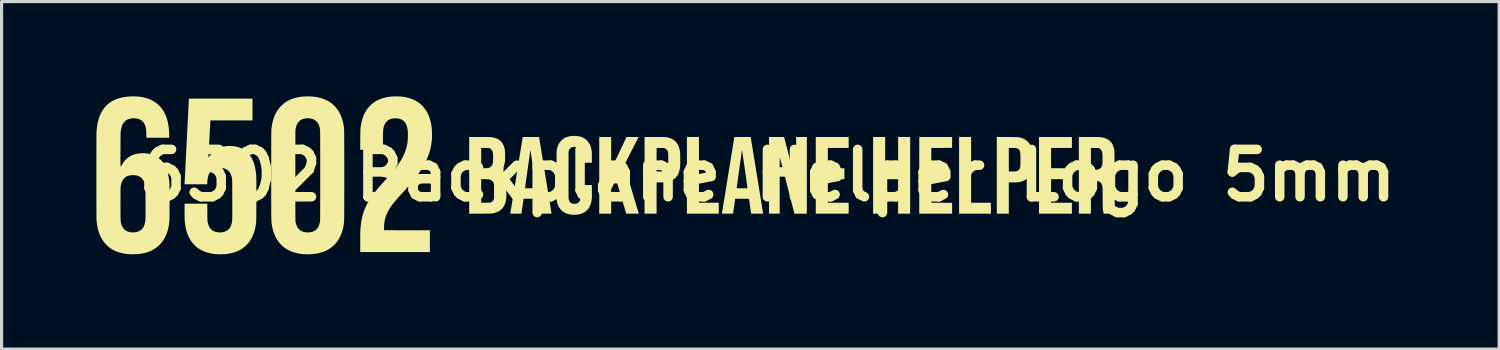
<source format=kicad_pcb>
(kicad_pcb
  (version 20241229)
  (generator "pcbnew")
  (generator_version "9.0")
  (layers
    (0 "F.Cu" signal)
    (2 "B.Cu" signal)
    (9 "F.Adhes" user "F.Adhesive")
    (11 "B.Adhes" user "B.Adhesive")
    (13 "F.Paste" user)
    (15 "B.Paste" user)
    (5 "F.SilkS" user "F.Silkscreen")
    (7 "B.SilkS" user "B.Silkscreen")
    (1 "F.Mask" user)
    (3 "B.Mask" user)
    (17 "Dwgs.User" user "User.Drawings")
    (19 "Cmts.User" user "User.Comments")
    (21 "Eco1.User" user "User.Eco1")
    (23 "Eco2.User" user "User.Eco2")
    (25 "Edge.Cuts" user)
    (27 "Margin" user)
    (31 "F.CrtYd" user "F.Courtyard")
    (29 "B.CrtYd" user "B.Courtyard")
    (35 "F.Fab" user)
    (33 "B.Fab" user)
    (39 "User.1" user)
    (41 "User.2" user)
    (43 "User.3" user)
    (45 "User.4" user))
  (footprint "6502 Backplane Helper Logo 5mm"
    (layer "F.Cu")
    (at 21.237 2.499)
    (property "Reference" "6502 Backplane Helper Logo 5mm" (at 0 0 0) (layer "F.SilkS") (effects (font (size 1.5 1.5) (thickness 0.3))))
    (attr board_only exclude_from_pos_files exclude_from_bom)
    (fp_poly (pts (xy -2.166 -0.173) (xy -2.166 0.867) (xy -1.853 0.867) (xy -1.54 0.867) (xy -1.54 1.041) (xy -1.54 1.214) (xy -2.043 1.214) (xy -2.547 1.214) (xy -2.547 0) (xy -2.547 -1.214) (xy -2.356 -1.214) (xy -2.166 -1.214)) (stroke (width 0) (type solid)) (fill yes) (layer "F.SilkS"))
    (fp_poly (pts (xy 6.447 -0.173) (xy 6.447 0.867) (xy 6.76 0.867) (xy 7.073 0.867) (xy 7.073 1.041) (xy 7.073 1.214) (xy 6.57 1.214) (xy 6.067 1.214) (xy 6.067 0) (xy 6.067 -1.214) (xy 6.257 -1.214) (xy 6.447 -1.214)) (stroke (width 0) (type solid)) (fill yes) (layer "F.SilkS"))
    (fp_poly (pts (xy 2.572 -1.041) (xy 2.572 -0.867) (xy 2.242 -0.867) (xy 1.912 -0.867) (xy 1.913 -0.547) (xy 1.914 -0.226) (xy 2.176 -0.225) (xy 2.437 -0.224) (xy 2.437 -0.051) (xy 2.437 0.123) (xy 2.174 0.123) (xy 1.912 0.123) (xy 1.912 0.495) (xy 1.912 0.867) (xy 2.242 0.867) (xy 2.572 0.867) (xy 2.572 1.041) (xy 2.572 1.214) (xy 2.052 1.214) (xy 1.531 1.214) (xy 1.531 0) (xy 1.531 -1.214) (xy 2.052 -1.214) (xy 2.572 -1.214)) (stroke (width 0) (type solid)) (fill yes) (layer "F.SilkS"))
    (fp_poly (pts (xy 3.727 -0.719) (xy 3.727 -0.224) (xy 3.932 -0.224) (xy 4.137 -0.224) (xy 4.137 -0.719) (xy 4.137 -1.214) (xy 4.328 -1.214) (xy 4.518 -1.214) (xy 4.518 0) (xy 4.518 1.214) (xy 4.328 1.214) (xy 4.137 1.214) (xy 4.137 0.668) (xy 4.137 0.123) (xy 3.932 0.123) (xy 3.727 0.123) (xy 3.727 0.668) (xy 3.727 1.214) (xy 3.537 1.214) (xy 3.346 1.214) (xy 3.346 0) (xy 3.346 -1.214) (xy 3.537 -1.214) (xy 3.727 -1.214)) (stroke (width 0) (type solid)) (fill yes) (layer "F.SilkS"))
    (fp_poly (pts (xy 5.846 -1.042) (xy 5.844 -0.869) (xy 5.516 -0.868) (xy 5.187 -0.867) (xy 5.187 -0.546) (xy 5.187 -0.224) (xy 5.449 -0.224) (xy 5.711 -0.224) (xy 5.71 -0.052) (xy 5.709 0.121) (xy 5.448 0.122) (xy 5.187 0.123) (xy 5.187 0.495) (xy 5.187 0.867) (xy 5.516 0.868) (xy 5.844 0.869) (xy 5.846 1.042) (xy 5.847 1.214) (xy 5.326 1.214) (xy 4.806 1.214) (xy 4.806 0) (xy 4.806 -1.214) (xy 5.326 -1.214) (xy 5.847 -1.214)) (stroke (width 0) (type solid)) (fill yes) (layer "F.SilkS"))
    (fp_poly (pts (xy 9.637 -1.041) (xy 9.637 -0.867) (xy 9.307 -0.867) (xy 8.977 -0.867) (xy 8.978 -0.547) (xy 8.979 -0.226) (xy 9.24 -0.225) (xy 9.502 -0.224) (xy 9.502 -0.051) (xy 9.502 0.123) (xy 9.239 0.123) (xy 8.977 0.123) (xy 8.977 0.495) (xy 8.977 0.867) (xy 9.307 0.867) (xy 9.637 0.867) (xy 9.637 1.041) (xy 9.637 1.214) (xy 9.117 1.214) (xy 8.596 1.214) (xy 8.596 0) (xy 8.596 -1.214) (xy 9.117 -1.214) (xy 9.637 -1.214)) (stroke (width 0) (type solid)) (fill yes) (layer "F.SilkS"))
    (fp_poly (pts (xy 0.535 -1.192) (xy 0.536 -1.185) (xy 0.54 -1.171) (xy 0.545 -1.15) (xy 0.553 -1.121) (xy 0.562 -1.086) (xy 0.572 -1.046) (xy 0.584 -0.999) (xy 0.597 -0.948) (xy 0.612 -0.892) (xy 0.627 -0.831) (xy 0.643 -0.767) (xy 0.66 -0.7) (xy 0.678 -0.63) (xy 0.697 -0.557) (xy 0.715 -0.487) (xy 0.738 -0.396) (xy 0.759 -0.313) (xy 0.778 -0.238) (xy 0.796 -0.169) (xy 0.811 -0.108) (xy 0.825 -0.053) (xy 0.838 -0.004) (xy 0.849 0.039) (xy 0.859 0.077) (xy 0.867 0.11) (xy 0.874 0.138) (xy 0.88 0.162) (xy 0.886 0.182) (xy 0.89 0.198) (xy 0.894 0.211) (xy 0.896 0.221) (xy 0.899 0.229) (xy 0.9 0.234) (xy 0.902 0.238) (xy 0.903 0.24) (xy 0.904 0.241) (xy 0.904 0.241) (xy 0.905 0.241) (xy 0.905 0.241) (xy 0.905 0.241) (xy 0.906 0.237) (xy 0.907 0.224) (xy 0.907 0.204) (xy 0.907 0.175) (xy 0.908 0.138) (xy 0.908 0.093) (xy 0.909 0.041) (xy 0.909 -0.019) (xy 0.909 -0.087) (xy 0.909 -0.162) (xy 0.909 -0.244) (xy 0.91 -0.333) (xy 0.91 -0.43) (xy 0.91 -0.487) (xy 0.91 -1.214) (xy 1.079 -1.214) (xy 1.248 -1.214) (xy 1.248 0) (xy 1.248 1.214) (xy 1.052 1.214) (xy 0.856 1.214) (xy 0.754 0.818) (xy 0.738 0.757) (xy 0.72 0.689) (xy 0.701 0.615) (xy 0.681 0.537) (xy 0.66 0.456) (xy 0.639 0.372) (xy 0.617 0.288) (xy 0.595 0.204) (xy 0.574 0.122) (xy 0.554 0.043) (xy 0.534 -0.033) (xy 0.525 -0.067) (xy 0.509 -0.13) (xy 0.493 -0.19) (xy 0.478 -0.248) (xy 0.464 -0.302) (xy 0.451 -0.352) (xy 0.439 -0.398) (xy 0.428 -0.439) (xy 0.418 -0.475) (xy 0.41 -0.505) (xy 0.403 -0.529) (xy 0.398 -0.546) (xy 0.395 -0.555) (xy 0.394 -0.557) (xy 0.394 -0.556) (xy 0.393 -0.55) (xy 0.393 -0.54) (xy 0.392 -0.525) (xy 0.392 -0.506) (xy 0.391 -0.481) (xy 0.391 -0.451) (xy 0.391 -0.416) (xy 0.39 -0.374) (xy 0.39 -0.327) (xy 0.39 -0.273) (xy 0.39 -0.213) (xy 0.39 -0.145) (xy 0.389 -0.071) (xy 0.389 0.011) (xy 0.389 0.1) (xy 0.389 0.198) (xy 0.389 0.303) (xy 0.389 0.328) (xy 0.389 1.214) (xy 0.22 1.214) (xy 0.051 1.214) (xy 0.051 0) (xy 0.051 -1.214) (xy 0.289 -1.214) (xy 0.528 -1.214)) (stroke (width 0) (type solid)) (fill yes) (layer "F.SilkS"))
    (fp_poly (pts (xy -3.513 -1.214) (xy -3.457 -1.214) (xy -3.408 -1.214) (xy -3.365 -1.213) (xy -3.328 -1.213) (xy -3.296 -1.212) (xy -3.269 -1.211) (xy -3.245 -1.21) (xy -3.224 -1.208) (xy -3.206 -1.206) (xy -3.189 -1.204) (xy -3.173 -1.201) (xy -3.158 -1.198) (xy -3.142 -1.194) (xy -3.13 -1.191) (xy -3.069 -1.173) (xy -3.015 -1.149) (xy -2.967 -1.12) (xy -2.923 -1.084) (xy -2.898 -1.059) (xy -2.863 -1.016) (xy -2.834 -0.97) (xy -2.81 -0.919) (xy -2.79 -0.863) (xy -2.775 -0.8) (xy -2.764 -0.731) (xy -2.763 -0.717) (xy -2.761 -0.702) (xy -2.761 -0.68) (xy -2.76 -0.652) (xy -2.759 -0.619) (xy -2.759 -0.583) (xy -2.759 -0.543) (xy -2.758 -0.503) (xy -2.759 -0.462) (xy -2.759 -0.422) (xy -2.759 -0.384) (xy -2.76 -0.349) (xy -2.76 -0.319) (xy -2.761 -0.294) (xy -2.762 -0.276) (xy -2.763 -0.272) (xy -2.773 -0.2) (xy -2.788 -0.135) (xy -2.807 -0.077) (xy -2.832 -0.024) (xy -2.862 0.024) (xy -2.897 0.068) (xy -2.899 0.07) (xy -2.935 0.104) (xy -2.972 0.133) (xy -3.014 0.158) (xy -3.024 0.163) (xy -3.057 0.178) (xy -3.09 0.191) (xy -3.123 0.201) (xy -3.159 0.209) (xy -3.198 0.215) (xy -3.242 0.22) (xy -3.291 0.223) (xy -3.346 0.224) (xy -3.387 0.224) (xy -3.507 0.224) (xy -3.507 0.719) (xy -3.507 1.214) (xy -3.697 1.214) (xy -3.888 1.214) (xy -3.888 0) (xy -3.888 -0.495) (xy -3.507 -0.495) (xy -3.507 -0.123) (xy -3.396 -0.123) (xy -3.356 -0.123) (xy -3.324 -0.123) (xy -3.299 -0.124) (xy -3.281 -0.126) (xy -3.268 -0.128) (xy -3.264 -0.128) (xy -3.23 -0.141) (xy -3.202 -0.158) (xy -3.179 -0.182) (xy -3.162 -0.211) (xy -3.15 -0.247) (xy -3.146 -0.266) (xy -3.144 -0.28) (xy -3.142 -0.302) (xy -3.141 -0.33) (xy -3.14 -0.363) (xy -3.139 -0.4) (xy -3.139 -0.439) (xy -3.138 -0.48) (xy -3.138 -0.521) (xy -3.139 -0.562) (xy -3.139 -0.601) (xy -3.14 -0.636) (xy -3.141 -0.668) (xy -3.143 -0.694) (xy -3.144 -0.714) (xy -3.146 -0.723) (xy -3.155 -0.761) (xy -3.169 -0.793) (xy -3.187 -0.818) (xy -3.21 -0.837) (xy -3.239 -0.852) (xy -3.258 -0.859) (xy -3.267 -0.861) (xy -3.277 -0.863) (xy -3.288 -0.865) (xy -3.303 -0.866) (xy -3.321 -0.867) (xy -3.344 -0.867) (xy -3.374 -0.867) (xy -3.397 -0.867) (xy -3.507 -0.867) (xy -3.507 -0.495) (xy -3.888 -0.495) (xy -3.888 -1.214) (xy -3.577 -1.214)) (stroke (width 0) (type solid)) (fill yes) (layer "F.SilkS"))
    (fp_poly (pts (xy 7.593 -1.213) (xy 7.655 -1.213) (xy 7.709 -1.212) (xy 7.756 -1.212) (xy 7.797 -1.212) (xy 7.831 -1.211) (xy 7.86 -1.211) (xy 7.884 -1.21) (xy 7.904 -1.209) (xy 7.92 -1.209) (xy 7.933 -1.208) (xy 7.944 -1.207) (xy 7.953 -1.206) (xy 7.961 -1.204) (xy 7.962 -1.204) (xy 8.031 -1.187) (xy 8.093 -1.165) (xy 8.149 -1.137) (xy 8.199 -1.104) (xy 8.243 -1.065) (xy 8.28 -1.02) (xy 8.312 -0.97) (xy 8.339 -0.913) (xy 8.36 -0.849) (xy 8.375 -0.779) (xy 8.376 -0.774) (xy 8.38 -0.751) (xy 8.382 -0.726) (xy 8.385 -0.698) (xy 8.386 -0.667) (xy 8.388 -0.63) (xy 8.389 -0.588) (xy 8.389 -0.539) (xy 8.389 -0.495) (xy 8.389 -0.44) (xy 8.388 -0.393) (xy 8.387 -0.352) (xy 8.386 -0.316) (xy 8.384 -0.285) (xy 8.382 -0.257) (xy 8.378 -0.232) (xy 8.375 -0.208) (xy 8.374 -0.203) (xy 8.358 -0.134) (xy 8.336 -0.07) (xy 8.308 -0.013) (xy 8.274 0.038) (xy 8.235 0.083) (xy 8.19 0.122) (xy 8.139 0.154) (xy 8.083 0.181) (xy 8.021 0.201) (xy 8.01 0.203) (xy 7.982 0.209) (xy 7.956 0.214) (xy 7.928 0.218) (xy 7.897 0.221) (xy 7.863 0.223) (xy 7.824 0.224) (xy 7.778 0.224) (xy 7.762 0.224) (xy 7.64 0.224) (xy 7.64 0.719) (xy 7.64 1.214) (xy 7.45 1.214) (xy 7.26 1.214) (xy 7.26 -0.000213) (xy 7.26 -0.495) (xy 7.64 -0.495) (xy 7.64 -0.123) (xy 7.749 -0.123) (xy 7.785 -0.123) (xy 7.814 -0.123) (xy 7.837 -0.124) (xy 7.855 -0.125) (xy 7.869 -0.127) (xy 7.88 -0.129) (xy 7.883 -0.129) (xy 7.905 -0.136) (xy 7.923 -0.144) (xy 7.939 -0.155) (xy 7.953 -0.168) (xy 7.972 -0.189) (xy 7.986 -0.214) (xy 7.996 -0.246) (xy 8.002 -0.278) (xy 8.004 -0.295) (xy 8.005 -0.32) (xy 8.007 -0.35) (xy 8.008 -0.385) (xy 8.008 -0.424) (xy 8.009 -0.465) (xy 8.009 -0.506) (xy 8.009 -0.548) (xy 8.008 -0.587) (xy 8.007 -0.624) (xy 8.006 -0.657) (xy 8.005 -0.685) (xy 8.003 -0.705) (xy 8.002 -0.712) (xy 7.994 -0.752) (xy 7.981 -0.785) (xy 7.964 -0.811) (xy 7.943 -0.832) (xy 7.922 -0.845) (xy 7.908 -0.851) (xy 7.896 -0.856) (xy 7.883 -0.86) (xy 7.868 -0.863) (xy 7.85 -0.865) (xy 7.828 -0.866) (xy 7.8 -0.867) (xy 7.766 -0.867) (xy 7.749 -0.867) (xy 7.64 -0.867) (xy 7.64 -0.495) (xy 7.26 -0.495) (xy 7.26 -1.215)) (stroke (width 0) (type solid)) (fill yes) (layer "F.SilkS"))
    (fp_poly (pts (xy -4.945 -0.704) (xy -4.945 -0.639) (xy -4.945 -0.577) (xy -4.945 -0.517) (xy -4.945 -0.461) (xy -4.945 -0.409) (xy -4.945 -0.361) (xy -4.944 -0.319) (xy -4.944 -0.282) (xy -4.944 -0.251) (xy -4.943 -0.226) (xy -4.943 -0.208) (xy -4.942 -0.198) (xy -4.942 -0.196) (xy -4.94 -0.2) (xy -4.934 -0.211) (xy -4.926 -0.229) (xy -4.914 -0.254) (xy -4.899 -0.284) (xy -4.882 -0.319) (xy -4.863 -0.36) (xy -4.841 -0.405) (xy -4.818 -0.454) (xy -4.793 -0.507) (xy -4.766 -0.563) (xy -4.738 -0.621) (xy -4.709 -0.682) (xy -4.698 -0.706) (xy -4.457 -1.214) (xy -4.268 -1.214) (xy -4.229 -1.214) (xy -4.192 -1.214) (xy -4.159 -1.214) (xy -4.131 -1.214) (xy -4.108 -1.213) (xy -4.091 -1.213) (xy -4.081 -1.213) (xy -4.078 -1.212) (xy -4.08 -1.209) (xy -4.086 -1.198) (xy -4.094 -1.18) (xy -4.106 -1.156) (xy -4.121 -1.127) (xy -4.139 -1.092) (xy -4.159 -1.053) (xy -4.181 -1.009) (xy -4.205 -0.962) (xy -4.231 -0.911) (xy -4.258 -0.858) (xy -4.287 -0.802) (xy -4.304 -0.767) (xy -4.531 -0.323) (xy -4.302 0.438) (xy -4.279 0.516) (xy -4.256 0.592) (xy -4.234 0.665) (xy -4.213 0.736) (xy -4.193 0.803) (xy -4.174 0.866) (xy -4.156 0.926) (xy -4.14 0.98) (xy -4.125 1.03) (xy -4.111 1.075) (xy -4.1 1.113) (xy -4.09 1.146) (xy -4.082 1.172) (xy -4.076 1.191) (xy -4.073 1.203) (xy -4.072 1.207) (xy -4.071 1.208) (xy -4.073 1.21) (xy -4.076 1.211) (xy -4.082 1.212) (xy -4.091 1.213) (xy -4.105 1.213) (xy -4.123 1.214) (xy -4.147 1.214) (xy -4.177 1.214) (xy -4.215 1.214) (xy -4.259 1.214) (xy -4.268 1.214) (xy -4.316 1.214) (xy -4.357 1.214) (xy -4.39 1.214) (xy -4.416 1.213) (xy -4.436 1.213) (xy -4.451 1.212) (xy -4.461 1.211) (xy -4.467 1.21) (xy -4.468 1.209) (xy -4.47 1.204) (xy -4.474 1.192) (xy -4.479 1.173) (xy -4.487 1.146) (xy -4.497 1.114) (xy -4.508 1.076) (xy -4.521 1.033) (xy -4.535 0.985) (xy -4.551 0.933) (xy -4.568 0.877) (xy -4.585 0.818) (xy -4.604 0.755) (xy -4.623 0.691) (xy -4.628 0.673) (xy -4.648 0.608) (xy -4.666 0.545) (xy -4.684 0.485) (xy -4.701 0.428) (xy -4.717 0.375) (xy -4.732 0.326) (xy -4.745 0.281) (xy -4.757 0.242) (xy -4.767 0.208) (xy -4.776 0.181) (xy -4.782 0.159) (xy -4.787 0.145) (xy -4.789 0.139) (xy -4.789 0.138) (xy -4.792 0.141) (xy -4.797 0.151) (xy -4.806 0.167) (xy -4.817 0.188) (xy -4.83 0.213) (xy -4.845 0.243) (xy -4.861 0.275) (xy -4.869 0.29) (xy -4.945 0.445) (xy -4.945 0.83) (xy -4.945 1.214) (xy -5.134 1.214) (xy -5.322 1.214) (xy -5.322 0) (xy -5.322 -1.214) (xy -5.134 -1.214) (xy -4.945 -1.214)) (stroke (width 0) (type solid)) (fill yes) (layer "F.SilkS"))
    (fp_poly (pts (xy 10.229 -1.214) (xy 10.285 -1.214) (xy 10.336 -1.214) (xy 10.383 -1.213) (xy 10.424 -1.213) (xy 10.459 -1.212) (xy 10.488 -1.211) (xy 10.509 -1.211) (xy 10.523 -1.21) (xy 10.525 -1.21) (xy 10.596 -1.2) (xy 10.661 -1.185) (xy 10.718 -1.165) (xy 10.77 -1.14) (xy 10.816 -1.109) (xy 10.855 -1.074) (xy 10.89 -1.032) (xy 10.919 -0.985) (xy 10.943 -0.931) (xy 10.953 -0.905) (xy 10.96 -0.882) (xy 10.966 -0.861) (xy 10.971 -0.84) (xy 10.975 -0.818) (xy 10.978 -0.794) (xy 10.981 -0.766) (xy 10.982 -0.735) (xy 10.984 -0.698) (xy 10.985 -0.655) (xy 10.985 -0.617) (xy 10.986 -0.563) (xy 10.986 -0.517) (xy 10.985 -0.477) (xy 10.984 -0.443) (xy 10.983 -0.413) (xy 10.98 -0.387) (xy 10.977 -0.363) (xy 10.973 -0.34) (xy 10.97 -0.326) (xy 10.954 -0.269) (xy 10.935 -0.218) (xy 10.911 -0.173) (xy 10.881 -0.132) (xy 10.866 -0.115) (xy 10.848 -0.098) (xy 10.826 -0.079) (xy 10.801 -0.062) (xy 10.778 -0.047) (xy 10.757 -0.037) (xy 10.755 -0.036) (xy 10.744 -0.031) (xy 10.739 -0.026) (xy 10.738 -0.025) (xy 10.742 -0.021) (xy 10.753 -0.016) (xy 10.767 -0.01) (xy 10.77 -0.008) (xy 10.812 0.012) (xy 10.848 0.037) (xy 10.88 0.066) (xy 10.907 0.102) (xy 10.93 0.144) (xy 10.95 0.193) (xy 10.963 0.238) (xy 10.968 0.254) (xy 10.971 0.269) (xy 10.974 0.284) (xy 10.977 0.299) (xy 10.979 0.315) (xy 10.981 0.332) (xy 10.983 0.353) (xy 10.985 0.376) (xy 10.986 0.402) (xy 10.987 0.433) (xy 10.988 0.469) (xy 10.989 0.51) (xy 10.989 0.557) (xy 10.99 0.611) (xy 10.99 0.672) (xy 10.991 0.719) (xy 10.991 0.786) (xy 10.992 0.844) (xy 10.993 0.895) (xy 10.993 0.94) (xy 10.994 0.979) (xy 10.995 1.012) (xy 10.996 1.04) (xy 10.997 1.064) (xy 10.999 1.085) (xy 11.001 1.102) (xy 11.003 1.118) (xy 11.005 1.131) (xy 11.008 1.143) (xy 11.011 1.155) (xy 11.015 1.167) (xy 11.02 1.179) (xy 11.02 1.179) (xy 11.032 1.214) (xy 10.839 1.214) (xy 10.645 1.214) (xy 10.636 1.183) (xy 10.632 1.168) (xy 10.628 1.152) (xy 10.624 1.136) (xy 10.622 1.119) (xy 10.619 1.101) (xy 10.617 1.08) (xy 10.615 1.056) (xy 10.614 1.029) (xy 10.613 0.998) (xy 10.612 0.961) (xy 10.611 0.92) (xy 10.611 0.872) (xy 10.61 0.818) (xy 10.61 0.756) (xy 10.61 0.702) (xy 10.61 0.653) (xy 10.61 0.605) (xy 10.61 0.56) (xy 10.609 0.519) (xy 10.609 0.481) (xy 10.608 0.448) (xy 10.608 0.421) (xy 10.607 0.401) (xy 10.606 0.388) (xy 10.606 0.385) (xy 10.598 0.336) (xy 10.586 0.295) (xy 10.569 0.26) (xy 10.548 0.232) (xy 10.522 0.21) (xy 10.49 0.193) (xy 10.453 0.182) (xy 10.442 0.18) (xy 10.423 0.177) (xy 10.396 0.175) (xy 10.364 0.174) (xy 10.327 0.174) (xy 10.324 0.174) (xy 10.238 0.173) (xy 10.238 0.694) (xy 10.238 1.214) (xy 10.047 1.214) (xy 9.857 1.214) (xy 9.857 0) (xy 9.857 -0.52) (xy 10.238 -0.52) (xy 10.238 -0.172) (xy 10.34 -0.174) (xy 10.374 -0.175) (xy 10.4 -0.176) (xy 10.421 -0.177) (xy 10.436 -0.178) (xy 10.449 -0.18) (xy 10.459 -0.182) (xy 10.469 -0.185) (xy 10.469 -0.185) (xy 10.506 -0.201) (xy 10.537 -0.221) (xy 10.562 -0.248) (xy 10.581 -0.281) (xy 10.596 -0.32) (xy 10.598 -0.332) (xy 10.6 -0.352) (xy 10.602 -0.378) (xy 10.603 -0.408) (xy 10.604 -0.443) (xy 10.605 -0.479) (xy 10.606 -0.517) (xy 10.606 -0.555) (xy 10.606 -0.592) (xy 10.605 -0.626) (xy 10.604 -0.657) (xy 10.602 -0.683) (xy 10.6 -0.703) (xy 10.599 -0.71) (xy 10.589 -0.752) (xy 10.572 -0.788) (xy 10.551 -0.817) (xy 10.525 -0.84) (xy 10.497 -0.855) (xy 10.489 -0.858) (xy 10.482 -0.86) (xy 10.473 -0.862) (xy 10.462 -0.863) (xy 10.448 -0.864) (xy 10.429 -0.865) (xy 10.405 -0.866) (xy 10.374 -0.866) (xy 10.355 -0.866) (xy 10.238 -0.868) (xy 10.238 -0.52) (xy 9.857 -0.52) (xy 9.857 -1.214) (xy 10.17 -1.214)) (stroke (width 0) (type solid)) (fill yes) (layer "F.SilkS"))
    (fp_poly (pts (xy -9.061 -1.214) (xy -9.005 -1.214) (xy -8.953 -1.214) (xy -8.906 -1.213) (xy -8.865 -1.213) (xy -8.829 -1.212) (xy -8.8 -1.212) (xy -8.778 -1.211) (xy -8.764 -1.21) (xy -8.762 -1.21) (xy -8.69 -1.199) (xy -8.625 -1.184) (xy -8.566 -1.164) (xy -8.514 -1.138) (xy -8.468 -1.107) (xy -8.427 -1.07) (xy -8.393 -1.027) (xy -8.364 -0.978) (xy -8.34 -0.923) (xy -8.322 -0.861) (xy -8.31 -0.808) (xy -8.308 -0.79) (xy -8.306 -0.765) (xy -8.304 -0.735) (xy -8.303 -0.701) (xy -8.302 -0.664) (xy -8.301 -0.625) (xy -8.301 -0.587) (xy -8.301 -0.551) (xy -8.301 -0.518) (xy -8.302 -0.489) (xy -8.304 -0.467) (xy -8.304 -0.465) (xy -8.313 -0.399) (xy -8.327 -0.34) (xy -8.346 -0.286) (xy -8.368 -0.239) (xy -8.394 -0.201) (xy -8.427 -0.164) (xy -8.464 -0.132) (xy -8.503 -0.105) (xy -8.526 -0.093) (xy -8.537 -0.087) (xy -8.543 -0.082) (xy -8.545 -0.079) (xy -8.54 -0.076) (xy -8.53 -0.071) (xy -8.516 -0.064) (xy -8.511 -0.062) (xy -8.463 -0.036) (xy -8.418 -0.004) (xy -8.379 0.035) (xy -8.345 0.079) (xy -8.318 0.127) (xy -8.308 0.15) (xy -8.298 0.177) (xy -8.29 0.203) (xy -8.283 0.229) (xy -8.277 0.256) (xy -8.272 0.285) (xy -8.268 0.317) (xy -8.266 0.353) (xy -8.264 0.393) (xy -8.263 0.44) (xy -8.262 0.493) (xy -8.262 0.534) (xy -8.262 0.588) (xy -8.263 0.635) (xy -8.264 0.675) (xy -8.265 0.709) (xy -8.267 0.739) (xy -8.27 0.765) (xy -8.273 0.789) (xy -8.277 0.812) (xy -8.283 0.834) (xy -8.289 0.856) (xy -8.294 0.874) (xy -8.318 0.934) (xy -8.347 0.989) (xy -8.382 1.038) (xy -8.424 1.081) (xy -8.471 1.118) (xy -8.525 1.149) (xy -8.585 1.175) (xy -8.651 1.194) (xy -8.687 1.202) (xy -8.696 1.204) (xy -8.704 1.205) (xy -8.713 1.207) (xy -8.723 1.208) (xy -8.735 1.209) (xy -8.749 1.209) (xy -8.766 1.21) (xy -8.787 1.211) (xy -8.811 1.211) (xy -8.841 1.211) (xy -8.876 1.212) (xy -8.916 1.212) (xy -8.964 1.212) (xy -9.018 1.213) (xy -9.08 1.213) (xy -9.086 1.213) (xy -9.438 1.215) (xy -9.438 0.495) (xy -9.058 0.495) (xy -9.058 0.868) (xy -8.919 0.866) (xy -8.88 0.866) (xy -8.848 0.865) (xy -8.822 0.865) (xy -8.802 0.864) (xy -8.787 0.863) (xy -8.775 0.861) (xy -8.766 0.86) (xy -8.759 0.858) (xy -8.759 0.858) (xy -8.726 0.842) (xy -8.698 0.821) (xy -8.676 0.794) (xy -8.661 0.761) (xy -8.66 0.759) (xy -8.656 0.746) (xy -8.652 0.732) (xy -8.65 0.718) (xy -8.647 0.703) (xy -8.646 0.685) (xy -8.644 0.664) (xy -8.644 0.639) (xy -8.643 0.609) (xy -8.643 0.573) (xy -8.644 0.53) (xy -8.644 0.495) (xy -8.644 0.451) (xy -8.645 0.414) (xy -8.645 0.384) (xy -8.646 0.36) (xy -8.647 0.34) (xy -8.648 0.325) (xy -8.649 0.312) (xy -8.65 0.302) (xy -8.652 0.293) (xy -8.654 0.284) (xy -8.655 0.28) (xy -8.669 0.239) (xy -8.687 0.204) (xy -8.71 0.176) (xy -8.738 0.155) (xy -8.772 0.139) (xy -8.807 0.129) (xy -8.82 0.127) (xy -8.838 0.125) (xy -8.861 0.124) (xy -8.89 0.123) (xy -8.927 0.123) (xy -8.946 0.123) (xy -9.058 0.123) (xy -9.058 0.495) (xy -9.438 0.495) (xy -9.438 0.000202) (xy -9.438 -0.545) (xy -9.058 -0.545) (xy -9.058 -0.223) (xy -8.955 -0.225) (xy -8.917 -0.226) (xy -8.887 -0.228) (xy -8.863 -0.229) (xy -8.845 -0.231) (xy -8.832 -0.233) (xy -8.827 -0.235) (xy -8.789 -0.248) (xy -8.758 -0.267) (xy -8.732 -0.292) (xy -8.711 -0.324) (xy -8.695 -0.362) (xy -8.691 -0.374) (xy -8.688 -0.388) (xy -8.686 -0.409) (xy -8.684 -0.435) (xy -8.683 -0.466) (xy -8.682 -0.499) (xy -8.681 -0.535) (xy -8.681 -0.571) (xy -8.681 -0.606) (xy -8.682 -0.638) (xy -8.683 -0.667) (xy -8.685 -0.691) (xy -8.687 -0.708) (xy -8.698 -0.75) (xy -8.714 -0.786) (xy -8.735 -0.816) (xy -8.761 -0.84) (xy -8.79 -0.855) (xy -8.798 -0.858) (xy -8.805 -0.86) (xy -8.813 -0.862) (xy -8.824 -0.863) (xy -8.838 -0.864) (xy -8.856 -0.865) (xy -8.88 -0.866) (xy -8.91 -0.866) (xy -8.936 -0.866) (xy -9.058 -0.868) (xy -9.058 -0.545) (xy -9.438 -0.545) (xy -9.438 -1.214) (xy -9.121 -1.214)) (stroke (width 0) (type solid)) (fill yes) (layer "F.SilkS"))
    (fp_poly (pts (xy -11.708 -2.497) (xy -11.67 -2.497) (xy -11.636 -2.496) (xy -11.607 -2.494) (xy -11.587 -2.493) (xy -11.486 -2.479) (xy -11.391 -2.459) (xy -11.303 -2.434) (xy -11.22 -2.403) (xy -11.142 -2.367) (xy -11.07 -2.324) (xy -11.002 -2.275) (xy -10.94 -2.22) (xy -10.882 -2.158) (xy -10.862 -2.134) (xy -10.811 -2.066) (xy -10.767 -1.991) (xy -10.728 -1.91) (xy -10.694 -1.823) (xy -10.666 -1.729) (xy -10.643 -1.63) (xy -10.626 -1.524) (xy -10.625 -1.51) (xy -10.622 -1.483) (xy -10.62 -1.449) (xy -10.618 -1.41) (xy -10.616 -1.368) (xy -10.615 -1.323) (xy -10.615 -1.279) (xy -10.615 -1.236) (xy -10.616 -1.196) (xy -10.617 -1.161) (xy -10.618 -1.135) (xy -10.631 -1.02) (xy -10.651 -0.906) (xy -10.677 -0.794) (xy -10.711 -0.682) (xy -10.753 -0.571) (xy -10.801 -0.46) (xy -10.858 -0.349) (xy -10.922 -0.237) (xy -10.994 -0.123) (xy -11.071 -0.013) (xy -11.114 0.045) (xy -11.158 0.103) (xy -11.203 0.161) (xy -11.252 0.22) (xy -11.304 0.281) (xy -11.359 0.345) (xy -11.419 0.413) (xy -11.484 0.485) (xy -11.537 0.542) (xy -11.596 0.606) (xy -11.65 0.666) (xy -11.699 0.72) (xy -11.743 0.771) (xy -11.783 0.818) (xy -11.819 0.862) (xy -11.852 0.904) (xy -11.882 0.943) (xy -11.91 0.982) (xy -11.936 1.02) (xy -11.96 1.058) (xy -11.964 1.064) (xy -12.012 1.148) (xy -12.052 1.233) (xy -12.084 1.321) (xy -12.108 1.411) (xy -12.124 1.503) (xy -12.132 1.599) (xy -12.132 1.684) (xy -12.131 1.737) (xy -11.407 1.738) (xy -10.682 1.739) (xy -10.682 2.084) (xy -10.682 2.428) (xy -11.784 2.428) (xy -12.886 2.428) (xy -12.886 2.108) (xy -12.886 2.039) (xy -12.886 1.978) (xy -12.886 1.924) (xy -12.885 1.877) (xy -12.885 1.836) (xy -12.884 1.8) (xy -12.883 1.769) (xy -12.882 1.742) (xy -12.881 1.718) (xy -12.88 1.701) (xy -12.869 1.582) (xy -12.854 1.47) (xy -12.834 1.363) (xy -12.809 1.26) (xy -12.779 1.161) (xy -12.742 1.064) (xy -12.7 0.969) (xy -12.651 0.874) (xy -12.596 0.78) (xy -12.533 0.684) (xy -12.463 0.586) (xy -12.443 0.558) (xy -12.411 0.517) (xy -12.378 0.476) (xy -12.344 0.435) (xy -12.308 0.392) (xy -12.269 0.347) (xy -12.226 0.299) (xy -12.179 0.247) (xy -12.127 0.19) (xy -12.04 0.095) (xy -11.96 0.005) (xy -11.886 -0.081) (xy -11.819 -0.164) (xy -11.757 -0.243) (xy -11.701 -0.32) (xy -11.65 -0.394) (xy -11.604 -0.466) (xy -11.563 -0.537) (xy -11.527 -0.606) (xy -11.495 -0.675) (xy -11.468 -0.743) (xy -11.444 -0.811) (xy -11.424 -0.88) (xy -11.407 -0.95) (xy -11.393 -1.021) (xy -11.386 -1.07) (xy -11.383 -1.093) (xy -11.381 -1.123) (xy -11.38 -1.157) (xy -11.379 -1.195) (xy -11.378 -1.235) (xy -11.378 -1.275) (xy -11.378 -1.314) (xy -11.379 -1.351) (xy -11.38 -1.383) (xy -11.382 -1.409) (xy -11.384 -1.421) (xy -11.393 -1.479) (xy -11.405 -1.531) (xy -11.419 -1.578) (xy -11.435 -1.618) (xy -11.453 -1.651) (xy -11.455 -1.655) (xy -11.487 -1.696) (xy -11.524 -1.73) (xy -11.565 -1.758) (xy -11.612 -1.78) (xy -11.665 -1.796) (xy -11.678 -1.798) (xy -11.704 -1.802) (xy -11.735 -1.804) (xy -11.769 -1.804) (xy -11.804 -1.803) (xy -11.838 -1.801) (xy -11.868 -1.797) (xy -11.884 -1.794) (xy -11.936 -1.779) (xy -11.983 -1.756) (xy -12.025 -1.727) (xy -12.061 -1.691) (xy -12.093 -1.649) (xy -12.118 -1.6) (xy -12.139 -1.546) (xy -12.15 -1.5) (xy -12.153 -1.484) (xy -12.156 -1.468) (xy -12.158 -1.451) (xy -12.16 -1.433) (xy -12.162 -1.413) (xy -12.164 -1.39) (xy -12.165 -1.363) (xy -12.165 -1.333) (xy -12.166 -1.297) (xy -12.166 -1.256) (xy -12.167 -1.209) (xy -12.167 -1.154) (xy -12.167 -1.092) (xy -12.167 -1.091) (xy -12.167 -0.808) (xy -12.527 -0.808) (xy -12.887 -0.808) (xy -12.885 -1.126) (xy -12.885 -1.188) (xy -12.884 -1.243) (xy -12.884 -1.29) (xy -12.883 -1.33) (xy -12.883 -1.365) (xy -12.882 -1.395) (xy -12.882 -1.42) (xy -12.881 -1.441) (xy -12.88 -1.46) (xy -12.879 -1.475) (xy -12.878 -1.489) (xy -12.876 -1.502) (xy -12.876 -1.504) (xy -12.86 -1.608) (xy -12.84 -1.705) (xy -12.815 -1.795) (xy -12.785 -1.88) (xy -12.75 -1.959) (xy -12.709 -2.033) (xy -12.662 -2.102) (xy -12.61 -2.166) (xy -12.554 -2.225) (xy -12.491 -2.28) (xy -12.424 -2.328) (xy -12.351 -2.37) (xy -12.273 -2.406) (xy -12.189 -2.437) (xy -12.099 -2.461) (xy -12.004 -2.48) (xy -11.913 -2.493) (xy -11.89 -2.494) (xy -11.86 -2.496) (xy -11.826 -2.497) (xy -11.788 -2.497) (xy -11.748 -2.498)) (stroke (width 0) (type solid)) (fill yes) (layer "F.SilkS"))
    (fp_poly (pts (xy -6.057 -1.246) (xy -6 -1.24) (xy -5.947 -1.231) (xy -5.9 -1.219) (xy -5.898 -1.218) (xy -5.838 -1.194) (xy -5.784 -1.164) (xy -5.735 -1.127) (xy -5.692 -1.084) (xy -5.654 -1.035) (xy -5.622 -0.981) (xy -5.597 -0.921) (xy -5.585 -0.884) (xy -5.578 -0.858) (xy -5.572 -0.833) (xy -5.567 -0.809) (xy -5.563 -0.784) (xy -5.56 -0.757) (xy -5.558 -0.727) (xy -5.556 -0.693) (xy -5.555 -0.654) (xy -5.555 -0.609) (xy -5.555 -0.557) (xy -5.555 -0.553) (xy -5.555 -0.398) (xy -5.734 -0.398) (xy -5.914 -0.398) (xy -5.915 -0.57) (xy -5.916 -0.614) (xy -5.916 -0.651) (xy -5.917 -0.68) (xy -5.917 -0.704) (xy -5.918 -0.723) (xy -5.919 -0.738) (xy -5.92 -0.75) (xy -5.922 -0.759) (xy -5.924 -0.767) (xy -5.924 -0.768) (xy -5.938 -0.807) (xy -5.957 -0.839) (xy -5.981 -0.864) (xy -6.009 -0.883) (xy -6.043 -0.895) (xy -6.048 -0.897) (xy -6.062 -0.899) (xy -6.081 -0.901) (xy -6.101 -0.902) (xy -6.109 -0.902) (xy -6.151 -0.898) (xy -6.188 -0.889) (xy -6.219 -0.873) (xy -6.244 -0.851) (xy -6.265 -0.822) (xy -6.281 -0.786) (xy -6.29 -0.75) (xy -6.291 -0.743) (xy -6.292 -0.73) (xy -6.292 -0.711) (xy -6.293 -0.684) (xy -6.293 -0.651) (xy -6.294 -0.61) (xy -6.294 -0.563) (xy -6.294 -0.508) (xy -6.294 -0.445) (xy -6.295 -0.375) (xy -6.295 -0.297) (xy -6.295 -0.211) (xy -6.295 -0.117) (xy -6.295 -0.014) (xy -6.295 -0.000069) (xy -6.295 0.094) (xy -6.295 0.18) (xy -6.295 0.258) (xy -6.295 0.329) (xy -6.295 0.392) (xy -6.295 0.449) (xy -6.294 0.5) (xy -6.294 0.545) (xy -6.294 0.585) (xy -6.294 0.619) (xy -6.293 0.649) (xy -6.293 0.674) (xy -6.293 0.695) (xy -6.292 0.712) (xy -6.292 0.726) (xy -6.291 0.737) (xy -6.29 0.746) (xy -6.29 0.752) (xy -6.289 0.756) (xy -6.277 0.797) (xy -6.261 0.83) (xy -6.239 0.857) (xy -6.212 0.878) (xy -6.18 0.892) (xy -6.141 0.9) (xy -6.109 0.902) (xy -6.066 0.899) (xy -6.028 0.891) (xy -5.996 0.876) (xy -5.97 0.855) (xy -5.949 0.829) (xy -5.939 0.809) (xy -5.933 0.797) (xy -5.929 0.785) (xy -5.925 0.773) (xy -5.922 0.76) (xy -5.92 0.744) (xy -5.918 0.726) (xy -5.917 0.704) (xy -5.916 0.678) (xy -5.915 0.646) (xy -5.915 0.608) (xy -5.914 0.563) (xy -5.914 0.513) (xy -5.914 0.309) (xy -5.734 0.309) (xy -5.555 0.309) (xy -5.555 0.509) (xy -5.555 0.565) (xy -5.555 0.614) (xy -5.556 0.657) (xy -5.557 0.693) (xy -5.558 0.725) (xy -5.56 0.753) (xy -5.563 0.778) (xy -5.566 0.801) (xy -5.57 0.823) (xy -5.574 0.844) (xy -5.58 0.866) (xy -5.585 0.884) (xy -5.607 0.948) (xy -5.635 1.006) (xy -5.669 1.058) (xy -5.709 1.103) (xy -5.755 1.143) (xy -5.806 1.177) (xy -5.864 1.205) (xy -5.927 1.226) (xy -5.967 1.236) (xy -5.991 1.239) (xy -6.021 1.242) (xy -6.056 1.245) (xy -6.092 1.246) (xy -6.129 1.247) (xy -6.164 1.246) (xy -6.196 1.245) (xy -6.221 1.243) (xy -6.227 1.242) (xy -6.294 1.228) (xy -6.355 1.21) (xy -6.41 1.186) (xy -6.458 1.158) (xy -6.476 1.145) (xy -6.52 1.106) (xy -6.559 1.061) (xy -6.593 1.009) (xy -6.622 0.954) (xy -6.644 0.894) (xy -6.648 0.881) (xy -6.651 0.87) (xy -6.654 0.86) (xy -6.656 0.851) (xy -6.659 0.842) (xy -6.661 0.833) (xy -6.663 0.824) (xy -6.665 0.813) (xy -6.666 0.802) (xy -6.668 0.788) (xy -6.669 0.773) (xy -6.67 0.755) (xy -6.671 0.735) (xy -6.671 0.711) (xy -6.672 0.683) (xy -6.672 0.651) (xy -6.673 0.615) (xy -6.673 0.575) (xy -6.673 0.529) (xy -6.673 0.477) (xy -6.674 0.419) (xy -6.674 0.355) (xy -6.674 0.285) (xy -6.674 0.207) (xy -6.674 0.121) (xy -6.674 0.028) (xy -6.674 0) (xy -6.674 -0.095) (xy -6.674 -0.181) (xy -6.674 -0.26) (xy -6.674 -0.332) (xy -6.673 -0.396) (xy -6.673 -0.454) (xy -6.673 -0.506) (xy -6.673 -0.552) (xy -6.673 -0.593) (xy -6.673 -0.629) (xy -6.672 -0.66) (xy -6.672 -0.686) (xy -6.672 -0.709) (xy -6.671 -0.729) (xy -6.671 -0.745) (xy -6.67 -0.759) (xy -6.67 -0.77) (xy -6.669 -0.779) (xy -6.668 -0.787) (xy -6.668 -0.794) (xy -6.667 -0.799) (xy -6.666 -0.804) (xy -6.651 -0.869) (xy -6.632 -0.928) (xy -6.61 -0.981) (xy -6.582 -1.029) (xy -6.55 -1.072) (xy -6.532 -1.092) (xy -6.49 -1.132) (xy -6.445 -1.166) (xy -6.395 -1.194) (xy -6.339 -1.216) (xy -6.278 -1.233) (xy -6.228 -1.241) (xy -6.173 -1.246) (xy -6.115 -1.248)) (stroke (width 0) (type solid)) (fill yes) (layer "F.SilkS"))
    (fp_poly (pts (xy -0.527 -1.2) (xy -0.526 -1.194) (xy -0.524 -1.18) (xy -0.52 -1.159) (xy -0.516 -1.13) (xy -0.51 -1.095) (xy -0.503 -1.053) (xy -0.495 -1.006) (xy -0.487 -0.953) (xy -0.477 -0.896) (xy -0.467 -0.833) (xy -0.456 -0.766) (xy -0.445 -0.696) (xy -0.433 -0.622) (xy -0.42 -0.545) (xy -0.407 -0.465) (xy -0.394 -0.383) (xy -0.38 -0.3) (xy -0.367 -0.215) (xy -0.353 -0.129) (xy -0.338 -0.042) (xy -0.324 0.045) (xy -0.31 0.132) (xy -0.296 0.218) (xy -0.282 0.303) (xy -0.269 0.387) (xy -0.255 0.469) (xy -0.242 0.549) (xy -0.23 0.626) (xy -0.218 0.7) (xy -0.206 0.771) (xy -0.196 0.838) (xy -0.185 0.901) (xy -0.176 0.959) (xy -0.167 1.012) (xy -0.16 1.06) (xy -0.153 1.102) (xy -0.147 1.137) (xy -0.142 1.166) (xy -0.139 1.188) (xy -0.136 1.203) (xy -0.135 1.21) (xy -0.135 1.21) (xy -0.14 1.211) (xy -0.152 1.212) (xy -0.171 1.213) (xy -0.198 1.213) (xy -0.231 1.214) (xy -0.27 1.214) (xy -0.315 1.214) (xy -0.325 1.214) (xy -0.515 1.214) (xy -0.548 0.983) (xy -0.554 0.939) (xy -0.56 0.898) (xy -0.565 0.861) (xy -0.57 0.827) (xy -0.575 0.798) (xy -0.578 0.775) (xy -0.581 0.758) (xy -0.582 0.748) (xy -0.583 0.746) (xy -0.585 0.744) (xy -0.591 0.743) (xy -0.601 0.742) (xy -0.616 0.742) (xy -0.637 0.741) (xy -0.664 0.741) (xy -0.697 0.741) (xy -0.737 0.74) (xy -0.785 0.74) (xy -0.802 0.74) (xy -0.844 0.74) (xy -0.883 0.741) (xy -0.919 0.741) (xy -0.951 0.741) (xy -0.978 0.742) (xy -0.998 0.742) (xy -1.012 0.743) (xy -1.019 0.743) (xy -1.02 0.744) (xy -1.02 0.748) (xy -1.022 0.76) (xy -1.025 0.78) (xy -1.028 0.805) (xy -1.033 0.835) (xy -1.038 0.87) (xy -1.043 0.909) (xy -1.05 0.951) (xy -1.053 0.977) (xy -1.06 1.02) (xy -1.066 1.061) (xy -1.071 1.098) (xy -1.076 1.132) (xy -1.08 1.16) (xy -1.083 1.183) (xy -1.086 1.2) (xy -1.087 1.209) (xy -1.087 1.211) (xy -1.091 1.212) (xy -1.103 1.212) (xy -1.121 1.213) (xy -1.146 1.213) (xy -1.175 1.214) (xy -1.208 1.214) (xy -1.244 1.214) (xy -1.263 1.214) (xy -1.306 1.214) (xy -1.342 1.214) (xy -1.37 1.214) (xy -1.393 1.214) (xy -1.41 1.213) (xy -1.422 1.212) (xy -1.43 1.212) (xy -1.435 1.211) (xy -1.438 1.209) (xy -1.438 1.207) (xy -1.438 1.207) (xy -1.438 1.202) (xy -1.436 1.19) (xy -1.433 1.17) (xy -1.428 1.143) (xy -1.423 1.109) (xy -1.416 1.068) (xy -1.409 1.022) (xy -1.4 0.97) (xy -1.391 0.913) (xy -1.381 0.852) (xy -1.371 0.786) (xy -1.359 0.716) (xy -1.347 0.642) (xy -1.335 0.566) (xy -1.322 0.487) (xy -1.309 0.408) (xy -0.973 0.408) (xy -0.969 0.408) (xy -0.957 0.409) (xy -0.939 0.409) (xy -0.915 0.41) (xy -0.886 0.41) (xy -0.853 0.41) (xy -0.817 0.41) (xy -0.802 0.41) (xy -0.759 0.41) (xy -0.724 0.41) (xy -0.696 0.41) (xy -0.674 0.41) (xy -0.658 0.409) (xy -0.646 0.409) (xy -0.638 0.408) (xy -0.634 0.407) (xy -0.631 0.405) (xy -0.631 0.404) (xy -0.63 0.403) (xy -0.631 0.397) (xy -0.633 0.384) (xy -0.636 0.363) (xy -0.639 0.336) (xy -0.644 0.302) (xy -0.649 0.264) (xy -0.655 0.22) (xy -0.662 0.173) (xy -0.669 0.122) (xy -0.677 0.067) (xy -0.685 0.01) (xy -0.693 -0.049) (xy -0.702 -0.109) (xy -0.711 -0.17) (xy -0.72 -0.231) (xy -0.728 -0.292) (xy -0.737 -0.352) (xy -0.745 -0.411) (xy -0.753 -0.467) (xy -0.761 -0.521) (xy -0.768 -0.571) (xy -0.775 -0.618) (xy -0.781 -0.66) (xy -0.787 -0.697) (xy -0.792 -0.729) (xy -0.795 -0.755) (xy -0.798 -0.774) (xy -0.8 -0.786) (xy -0.801 -0.79) (xy -0.805 -0.791) (xy -0.806 -0.791) (xy -0.806 -0.786) (xy -0.808 -0.774) (xy -0.811 -0.755) (xy -0.815 -0.729) (xy -0.819 -0.697) (xy -0.825 -0.66) (xy -0.831 -0.617) (xy -0.837 -0.57) (xy -0.844 -0.52) (xy -0.852 -0.466) (xy -0.86 -0.409) (xy -0.868 -0.351) (xy -0.876 -0.29) (xy -0.885 -0.229) (xy -0.894 -0.168) (xy -0.902 -0.107) (xy -0.911 -0.046) (xy -0.919 0.013) (xy -0.927 0.07) (xy -0.934 0.124) (xy -0.941 0.176) (xy -0.948 0.223) (xy -0.954 0.267) (xy -0.959 0.306) (xy -0.964 0.339) (xy -0.968 0.367) (xy -0.97 0.388) (xy -0.972 0.401) (xy -0.973 0.408) (xy -0.973 0.408) (xy -1.309 0.408) (xy -1.309 0.405) (xy -1.295 0.322) (xy -1.282 0.237) (xy -1.268 0.151) (xy -1.254 0.064) (xy -1.24 -0.023) (xy -1.225 -0.11) (xy -1.211 -0.196) (xy -1.198 -0.282) (xy -1.184 -0.366) (xy -1.17 -0.448) (xy -1.157 -0.529) (xy -1.145 -0.606) (xy -1.133 -0.681) (xy -1.121 -0.753) (xy -1.11 -0.82) (xy -1.1 -0.884) (xy -1.09 -0.943) (xy -1.081 -0.997) (xy -1.073 -1.046) (xy -1.066 -1.089) (xy -1.06 -1.126) (xy -1.055 -1.156) (xy -1.051 -1.18) (xy -1.049 -1.195) (xy -1.047 -1.204) (xy -1.047 -1.205) (xy -1.045 -1.214) (xy -0.787 -1.214) (xy -0.53 -1.214)) (stroke (width 0) (type solid)) (fill yes) (layer "F.SilkS"))
    (fp_poly (pts (xy -7.438 -1.214) (xy -7.395 -1.214) (xy -7.355 -1.214) (xy -7.319 -1.214) (xy -7.288 -1.213) (xy -7.262 -1.213) (xy -7.243 -1.212) (xy -7.23 -1.212) (xy -7.226 -1.211) (xy -7.226 -1.211) (xy -7.225 -1.207) (xy -7.223 -1.195) (xy -7.22 -1.175) (xy -7.215 -1.147) (xy -7.21 -1.113) (xy -7.203 -1.071) (xy -7.195 -1.024) (xy -7.187 -0.97) (xy -7.177 -0.911) (xy -7.167 -0.846) (xy -7.155 -0.777) (xy -7.143 -0.702) (xy -7.13 -0.623) (xy -7.117 -0.54) (xy -7.103 -0.454) (xy -7.088 -0.364) (xy -7.073 -0.271) (xy -7.057 -0.175) (xy -7.041 -0.076) (xy -7.029 0.000227) (xy -7.013 0.1) (xy -6.997 0.198) (xy -6.981 0.293) (xy -6.966 0.386) (xy -6.952 0.475) (xy -6.938 0.561) (xy -6.924 0.643) (xy -6.912 0.721) (xy -6.9 0.794) (xy -6.889 0.862) (xy -6.878 0.926) (xy -6.869 0.984) (xy -6.861 1.036) (xy -6.853 1.082) (xy -6.847 1.122) (xy -6.841 1.155) (xy -6.837 1.18) (xy -6.834 1.198) (xy -6.833 1.209) (xy -6.832 1.212) (xy -6.836 1.212) (xy -6.848 1.213) (xy -6.867 1.213) (xy -6.891 1.213) (xy -6.92 1.214) (xy -6.954 1.214) (xy -6.991 1.214) (xy -7.023 1.214) (xy -7.062 1.214) (xy -7.098 1.214) (xy -7.131 1.214) (xy -7.16 1.213) (xy -7.183 1.213) (xy -7.2 1.212) (xy -7.21 1.212) (xy -7.213 1.211) (xy -7.214 1.206) (xy -7.215 1.194) (xy -7.218 1.175) (xy -7.221 1.15) (xy -7.225 1.121) (xy -7.23 1.088) (xy -7.235 1.053) (xy -7.24 1.016) (xy -7.246 0.977) (xy -7.251 0.939) (xy -7.256 0.902) (xy -7.262 0.867) (xy -7.266 0.835) (xy -7.27 0.806) (xy -7.274 0.783) (xy -7.276 0.765) (xy -7.278 0.753) (xy -7.279 0.75) (xy -7.281 0.74) (xy -7.498 0.74) (xy -7.716 0.74) (xy -7.718 0.754) (xy -7.719 0.762) (xy -7.721 0.776) (xy -7.724 0.797) (xy -7.728 0.823) (xy -7.733 0.853) (xy -7.738 0.887) (xy -7.743 0.923) (xy -7.748 0.961) (xy -7.754 0.999) (xy -7.759 1.036) (xy -7.765 1.072) (xy -7.77 1.106) (xy -7.774 1.137) (xy -7.778 1.164) (xy -7.781 1.185) (xy -7.783 1.2) (xy -7.784 1.209) (xy -7.784 1.21) (xy -7.788 1.211) (xy -7.801 1.212) (xy -7.822 1.213) (xy -7.851 1.213) (xy -7.888 1.214) (xy -7.933 1.214) (xy -7.961 1.214) (xy -8.005 1.214) (xy -8.041 1.214) (xy -8.069 1.214) (xy -8.092 1.214) (xy -8.109 1.213) (xy -8.121 1.213) (xy -8.129 1.212) (xy -8.134 1.211) (xy -8.136 1.209) (xy -8.137 1.208) (xy -8.137 1.207) (xy -8.136 1.202) (xy -8.134 1.189) (xy -8.131 1.169) (xy -8.126 1.141) (xy -8.12 1.106) (xy -8.114 1.065) (xy -8.106 1.017) (xy -8.097 0.963) (xy -8.087 0.903) (xy -8.077 0.838) (xy -8.065 0.768) (xy -8.053 0.694) (xy -8.04 0.615) (xy -8.027 0.532) (xy -8.013 0.445) (xy -8.006 0.406) (xy -7.67 0.406) (xy -7.666 0.407) (xy -7.653 0.408) (xy -7.632 0.409) (xy -7.602 0.41) (xy -7.564 0.41) (xy -7.518 0.41) (xy -7.499 0.41) (xy -7.454 0.41) (xy -7.418 0.41) (xy -7.388 0.41) (xy -7.366 0.409) (xy -7.349 0.409) (xy -7.337 0.408) (xy -7.33 0.407) (xy -7.327 0.406) (xy -7.327 0.405) (xy -7.328 0.4) (xy -7.33 0.386) (xy -7.332 0.366) (xy -7.336 0.339) (xy -7.341 0.306) (xy -7.346 0.268) (xy -7.352 0.224) (xy -7.359 0.177) (xy -7.366 0.126) (xy -7.374 0.071) (xy -7.382 0.014) (xy -7.39 -0.044) (xy -7.399 -0.105) (xy -7.408 -0.166) (xy -7.416 -0.227) (xy -7.425 -0.288) (xy -7.434 -0.348) (xy -7.442 -0.407) (xy -7.45 -0.463) (xy -7.458 -0.517) (xy -7.465 -0.568) (xy -7.472 -0.615) (xy -7.478 -0.658) (xy -7.484 -0.695) (xy -7.489 -0.727) (xy -7.492 -0.754) (xy -7.495 -0.773) (xy -7.497 -0.785) (xy -7.498 -0.79) (xy -7.498 -0.79) (xy -7.503 -0.791) (xy -7.503 -0.79) (xy -7.504 -0.786) (xy -7.505 -0.774) (xy -7.508 -0.755) (xy -7.512 -0.729) (xy -7.517 -0.697) (xy -7.522 -0.659) (xy -7.528 -0.617) (xy -7.535 -0.57) (xy -7.542 -0.519) (xy -7.549 -0.465) (xy -7.557 -0.409) (xy -7.565 -0.35) (xy -7.574 -0.29) (xy -7.582 -0.229) (xy -7.591 -0.168) (xy -7.6 -0.106) (xy -7.608 -0.046) (xy -7.616 0.013) (xy -7.624 0.07) (xy -7.632 0.124) (xy -7.639 0.176) (xy -7.645 0.223) (xy -7.651 0.267) (xy -7.657 0.305) (xy -7.661 0.338) (xy -7.665 0.366) (xy -7.668 0.386) (xy -7.669 0.4) (xy -7.67 0.406) (xy -7.67 0.406) (xy -8.006 0.406) (xy -7.998 0.355) (xy -7.983 0.262) (xy -7.967 0.166) (xy -7.951 0.068) (xy -7.941 0.002) (xy -7.925 -0.097) (xy -7.909 -0.195) (xy -7.893 -0.29) (xy -7.878 -0.382) (xy -7.864 -0.471) (xy -7.85 -0.557) (xy -7.837 -0.638) (xy -7.824 -0.716) (xy -7.812 -0.789) (xy -7.801 -0.858) (xy -7.79 -0.921) (xy -7.781 -0.979) (xy -7.773 -1.031) (xy -7.765 -1.077) (xy -7.759 -1.116) (xy -7.753 -1.149) (xy -7.749 -1.174) (xy -7.746 -1.192) (xy -7.744 -1.202) (xy -7.744 -1.205) (xy -7.742 -1.214) (xy -7.484 -1.214)) (stroke (width 0) (type solid)) (fill yes) (layer "F.SilkS"))
    (fp_poly (pts (xy -16.296 -2.084) (xy -16.296 -1.739) (xy -16.962 -1.739) (xy -17.628 -1.739) (xy -17.63 -1.704) (xy -17.631 -1.695) (xy -17.632 -1.679) (xy -17.633 -1.655) (xy -17.635 -1.624) (xy -17.637 -1.587) (xy -17.639 -1.545) (xy -17.642 -1.497) (xy -17.645 -1.445) (xy -17.648 -1.389) (xy -17.651 -1.329) (xy -17.654 -1.267) (xy -17.658 -1.202) (xy -17.66 -1.153) (xy -17.664 -1.087) (xy -17.667 -1.023) (xy -17.67 -0.961) (xy -17.674 -0.903) (xy -17.677 -0.848) (xy -17.679 -0.797) (xy -17.682 -0.751) (xy -17.684 -0.711) (xy -17.686 -0.676) (xy -17.688 -0.647) (xy -17.689 -0.626) (xy -17.69 -0.611) (xy -17.69 -0.606) (xy -17.691 -0.59) (xy -17.691 -0.581) (xy -17.69 -0.577) (xy -17.686 -0.575) (xy -17.684 -0.575) (xy -17.675 -0.579) (xy -17.669 -0.588) (xy -17.66 -0.603) (xy -17.646 -0.623) (xy -17.629 -0.645) (xy -17.609 -0.669) (xy -17.589 -0.693) (xy -17.57 -0.714) (xy -17.557 -0.728) (xy -17.5 -0.777) (xy -17.439 -0.82) (xy -17.373 -0.856) (xy -17.302 -0.885) (xy -17.228 -0.907) (xy -17.15 -0.921) (xy -17.068 -0.929) (xy -16.982 -0.929) (xy -16.98 -0.929) (xy -16.892 -0.922) (xy -16.809 -0.909) (xy -16.732 -0.888) (xy -16.66 -0.862) (xy -16.593 -0.828) (xy -16.53 -0.788) (xy -16.473 -0.741) (xy -16.421 -0.687) (xy -16.373 -0.627) (xy -16.339 -0.574) (xy -16.302 -0.507) (xy -16.27 -0.434) (xy -16.243 -0.357) (xy -16.22 -0.273) (xy -16.202 -0.182) (xy -16.191 -0.112) (xy -16.188 -0.095) (xy -16.186 -0.079) (xy -16.184 -0.063) (xy -16.183 -0.046) (xy -16.181 -0.029) (xy -16.18 -0.011) (xy -16.179 0.008) (xy -16.178 0.029) (xy -16.177 0.053) (xy -16.176 0.08) (xy -16.175 0.109) (xy -16.175 0.143) (xy -16.174 0.181) (xy -16.174 0.223) (xy -16.174 0.27) (xy -16.174 0.322) (xy -16.174 0.381) (xy -16.174 0.446) (xy -16.174 0.517) (xy -16.174 0.596) (xy -16.174 0.682) (xy -16.174 0.766) (xy -16.174 0.857) (xy -16.175 0.94) (xy -16.175 1.016) (xy -16.175 1.084) (xy -16.175 1.146) (xy -16.175 1.201) (xy -16.176 1.251) (xy -16.176 1.295) (xy -16.177 1.335) (xy -16.177 1.37) (xy -16.178 1.401) (xy -16.179 1.428) (xy -16.18 1.452) (xy -16.181 1.473) (xy -16.182 1.492) (xy -16.183 1.51) (xy -16.185 1.525) (xy -16.187 1.54) (xy -16.189 1.555) (xy -16.191 1.569) (xy -16.194 1.583) (xy -16.196 1.599) (xy -16.199 1.616) (xy -16.201 1.625) (xy -16.223 1.723) (xy -16.251 1.817) (xy -16.285 1.905) (xy -16.325 1.988) (xy -16.371 2.065) (xy -16.423 2.136) (xy -16.481 2.201) (xy -16.544 2.26) (xy -16.613 2.313) (xy -16.63 2.325) (xy -16.702 2.367) (xy -16.78 2.404) (xy -16.864 2.435) (xy -16.953 2.46) (xy -17.048 2.479) (xy -17.14 2.492) (xy -17.156 2.493) (xy -17.179 2.494) (xy -17.207 2.496) (xy -17.237 2.497) (xy -17.269 2.497) (xy -17.301 2.498) (xy -17.331 2.499) (xy -17.358 2.499) (xy -17.381 2.499) (xy -17.397 2.498) (xy -17.4 2.498) (xy -17.412 2.497) (xy -17.43 2.495) (xy -17.451 2.493) (xy -17.472 2.492) (xy -17.568 2.48) (xy -17.66 2.461) (xy -17.749 2.437) (xy -17.833 2.405) (xy -17.913 2.368) (xy -17.987 2.325) (xy -18.055 2.277) (xy -18.062 2.271) (xy -18.088 2.249) (xy -18.116 2.221) (xy -18.146 2.191) (xy -18.174 2.16) (xy -18.2 2.13) (xy -18.221 2.103) (xy -18.224 2.099) (xy -18.271 2.027) (xy -18.312 1.951) (xy -18.348 1.871) (xy -18.378 1.785) (xy -18.402 1.695) (xy -18.421 1.598) (xy -18.435 1.496) (xy -18.439 1.456) (xy -18.44 1.436) (xy -18.442 1.412) (xy -18.443 1.384) (xy -18.443 1.352) (xy -18.444 1.314) (xy -18.445 1.27) (xy -18.445 1.219) (xy -18.445 1.16) (xy -18.445 1.141) (xy -18.445 0.897) (xy -18.086 0.897) (xy -17.726 0.897) (xy -17.725 1.167) (xy -17.724 1.221) (xy -17.724 1.268) (xy -17.724 1.308) (xy -17.723 1.342) (xy -17.723 1.37) (xy -17.722 1.394) (xy -17.722 1.413) (xy -17.721 1.429) (xy -17.72 1.442) (xy -17.719 1.453) (xy -17.718 1.463) (xy -17.716 1.473) (xy -17.714 1.483) (xy -17.714 1.484) (xy -17.703 1.53) (xy -17.689 1.574) (xy -17.673 1.613) (xy -17.658 1.643) (xy -17.643 1.665) (xy -17.623 1.688) (xy -17.601 1.712) (xy -17.578 1.733) (xy -17.556 1.75) (xy -17.547 1.755) (xy -17.505 1.775) (xy -17.458 1.79) (xy -17.408 1.8) (xy -17.355 1.805) (xy -17.301 1.805) (xy -17.248 1.8) (xy -17.198 1.789) (xy -17.151 1.774) (xy -17.12 1.758) (xy -17.078 1.73) (xy -17.041 1.696) (xy -17.01 1.656) (xy -16.985 1.61) (xy -16.964 1.557) (xy -16.949 1.498) (xy -16.939 1.432) (xy -16.939 1.428) (xy -16.938 1.417) (xy -16.938 1.401) (xy -16.937 1.379) (xy -16.937 1.35) (xy -16.936 1.314) (xy -16.936 1.272) (xy -16.936 1.223) (xy -16.935 1.167) (xy -16.935 1.103) (xy -16.935 1.032) (xy -16.935 0.952) (xy -16.936 0.865) (xy -16.936 0.77) (xy -16.936 0.755) (xy -16.936 0.669) (xy -16.936 0.592) (xy -16.936 0.522) (xy -16.937 0.459) (xy -16.937 0.402) (xy -16.937 0.352) (xy -16.937 0.308) (xy -16.938 0.269) (xy -16.938 0.235) (xy -16.939 0.206) (xy -16.939 0.181) (xy -16.94 0.159) (xy -16.941 0.14) (xy -16.942 0.124) (xy -16.943 0.111) (xy -16.944 0.099) (xy -16.946 0.089) (xy -16.948 0.079) (xy -16.949 0.07) (xy -16.952 0.062) (xy -16.954 0.052) (xy -16.957 0.042) (xy -16.957 0.039) (xy -16.976 -0.017) (xy -16.999 -0.067) (xy -17.029 -0.11) (xy -17.065 -0.148) (xy -17.105 -0.179) (xy -17.152 -0.203) (xy -17.204 -0.222) (xy -17.227 -0.227) (xy -17.256 -0.232) (xy -17.291 -0.234) (xy -17.329 -0.235) (xy -17.367 -0.234) (xy -17.403 -0.231) (xy -17.434 -0.227) (xy -17.442 -0.225) (xy -17.478 -0.214) (xy -17.515 -0.199) (xy -17.55 -0.181) (xy -17.58 -0.161) (xy -17.586 -0.156) (xy -17.621 -0.121) (xy -17.652 -0.08) (xy -17.677 -0.032) (xy -17.697 0.022) (xy -17.712 0.083) (xy -17.721 0.149) (xy -17.726 0.221) (xy -17.726 0.238) (xy -17.726 0.283) (xy -18.085 0.283) (xy -18.445 0.283) (xy -18.445 0.269) (xy -18.445 0.263) (xy -18.444 0.25) (xy -18.443 0.228) (xy -18.442 0.2) (xy -18.44 0.164) (xy -18.438 0.121) (xy -18.435 0.072) (xy -18.433 0.016) (xy -18.429 -0.045) (xy -18.426 -0.112) (xy -18.422 -0.184) (xy -18.419 -0.261) (xy -18.414 -0.342) (xy -18.41 -0.428) (xy -18.406 -0.517) (xy -18.401 -0.611) (xy -18.396 -0.707) (xy -18.391 -0.806) (xy -18.386 -0.908) (xy -18.38 -1.013) (xy -18.377 -1.07) (xy -18.372 -1.175) (xy -18.367 -1.278) (xy -18.362 -1.379) (xy -18.357 -1.477) (xy -18.352 -1.572) (xy -18.347 -1.664) (xy -18.343 -1.752) (xy -18.338 -1.836) (xy -18.334 -1.915) (xy -18.331 -1.99) (xy -18.327 -2.06) (xy -18.324 -2.125) (xy -18.321 -2.183) (xy -18.318 -2.236) (xy -18.316 -2.283) (xy -18.314 -2.322) (xy -18.312 -2.355) (xy -18.311 -2.381) (xy -18.31 -2.399) (xy -18.31 -2.409) (xy -18.31 -2.411) (xy -18.31 -2.428) (xy -17.303 -2.428) (xy -16.296 -2.428)) (stroke (width 0) (type solid)) (fill yes) (layer "F.SilkS"))
    (fp_poly (pts (xy -14.47 -2.498) (xy -14.375 -2.491) (xy -14.282 -2.479) (xy -14.193 -2.461) (xy -14.109 -2.439) (xy -14.101 -2.436) (xy -14.018 -2.406) (xy -13.942 -2.372) (xy -13.871 -2.332) (xy -13.804 -2.286) (xy -13.742 -2.233) (xy -13.703 -2.196) (xy -13.644 -2.131) (xy -13.592 -2.061) (xy -13.546 -1.986) (xy -13.506 -1.905) (xy -13.472 -1.818) (xy -13.443 -1.726) (xy -13.42 -1.627) (xy -13.403 -1.523) (xy -13.397 -1.472) (xy -13.397 -1.463) (xy -13.396 -1.445) (xy -13.396 -1.42) (xy -13.395 -1.387) (xy -13.395 -1.348) (xy -13.394 -1.302) (xy -13.394 -1.25) (xy -13.394 -1.192) (xy -13.393 -1.128) (xy -13.393 -1.06) (xy -13.393 -0.987) (xy -13.392 -0.91) (xy -13.392 -0.829) (xy -13.392 -0.745) (xy -13.392 -0.657) (xy -13.392 -0.567) (xy -13.391 -0.475) (xy -13.391 -0.381) (xy -13.391 -0.285) (xy -13.391 -0.188) (xy -13.391 -0.09) (xy -13.391 0.008) (xy -13.391 0.106) (xy -13.391 0.203) (xy -13.391 0.3) (xy -13.391 0.396) (xy -13.391 0.49) (xy -13.392 0.582) (xy -13.392 0.671) (xy -13.392 0.758) (xy -13.392 0.842) (xy -13.392 0.923) (xy -13.393 0.999) (xy -13.393 1.071) (xy -13.393 1.139) (xy -13.394 1.201) (xy -13.394 1.258) (xy -13.394 1.309) (xy -13.395 1.354) (xy -13.395 1.393) (xy -13.396 1.424) (xy -13.396 1.448) (xy -13.397 1.465) (xy -13.397 1.472) (xy -13.412 1.581) (xy -13.433 1.684) (xy -13.46 1.781) (xy -13.492 1.872) (xy -13.531 1.957) (xy -13.576 2.036) (xy -13.627 2.11) (xy -13.684 2.177) (xy -13.746 2.238) (xy -13.815 2.293) (xy -13.89 2.343) (xy -13.913 2.356) (xy -13.985 2.392) (xy -14.064 2.423) (xy -14.148 2.449) (xy -14.237 2.47) (xy -14.33 2.486) (xy -14.426 2.495) (xy -14.526 2.5) (xy -14.627 2.498) (xy -14.668 2.496) (xy -14.773 2.485) (xy -14.872 2.468) (xy -14.966 2.444) (xy -15.055 2.414) (xy -15.139 2.377) (xy -15.217 2.334) (xy -15.29 2.285) (xy -15.357 2.229) (xy -15.419 2.166) (xy -15.475 2.097) (xy -15.52 2.033) (xy -15.559 1.963) (xy -15.595 1.887) (xy -15.626 1.805) (xy -15.652 1.719) (xy -15.673 1.63) (xy -15.68 1.589) (xy -15.682 1.577) (xy -15.684 1.565) (xy -15.686 1.554) (xy -15.688 1.544) (xy -15.69 1.533) (xy -15.691 1.521) (xy -15.692 1.509) (xy -15.694 1.496) (xy -15.695 1.482) (xy -15.696 1.467) (xy -15.697 1.449) (xy -15.698 1.43) (xy -15.699 1.408) (xy -15.699 1.383) (xy -15.7 1.356) (xy -15.701 1.325) (xy -15.701 1.291) (xy -15.702 1.253) (xy -15.702 1.211) (xy -15.702 1.164) (xy -15.703 1.113) (xy -15.703 1.057) (xy -15.703 0.995) (xy -15.703 0.929) (xy -15.703 0.856) (xy -15.703 0.777) (xy -15.704 0.692) (xy -15.704 0.6) (xy -15.704 0.501) (xy -15.704 0.395) (xy -15.704 0.281) (xy -15.704 0.16) (xy -15.704 0.03) (xy -15.704 0) (xy -15.704 -0.011) (xy -14.94 -0.011) (xy -14.94 0) (xy -14.94 0.131) (xy -14.94 0.254) (xy -14.94 0.369) (xy -14.94 0.476) (xy -14.94 0.576) (xy -14.94 0.668) (xy -14.94 0.754) (xy -14.94 0.834) (xy -14.94 0.907) (xy -14.94 0.974) (xy -14.94 1.035) (xy -14.939 1.091) (xy -14.939 1.141) (xy -14.939 1.187) (xy -14.939 1.228) (xy -14.939 1.265) (xy -14.939 1.298) (xy -14.938 1.326) (xy -14.938 1.351) (xy -14.938 1.373) (xy -14.937 1.392) (xy -14.937 1.408) (xy -14.937 1.422) (xy -14.936 1.433) (xy -14.936 1.443) (xy -14.935 1.451) (xy -14.935 1.457) (xy -14.934 1.462) (xy -14.933 1.467) (xy -14.933 1.471) (xy -14.933 1.471) (xy -14.919 1.531) (xy -14.901 1.584) (xy -14.88 1.631) (xy -14.855 1.671) (xy -14.825 1.706) (xy -14.79 1.737) (xy -14.776 1.746) (xy -14.739 1.767) (xy -14.696 1.784) (xy -14.649 1.796) (xy -14.598 1.804) (xy -14.545 1.806) (xy -14.492 1.803) (xy -14.468 1.8) (xy -14.434 1.794) (xy -14.404 1.787) (xy -14.378 1.777) (xy -14.353 1.766) (xy -14.309 1.74) (xy -14.271 1.708) (xy -14.238 1.67) (xy -14.211 1.625) (xy -14.188 1.573) (xy -14.171 1.516) (xy -14.159 1.455) (xy -14.158 1.451) (xy -14.158 1.443) (xy -14.157 1.433) (xy -14.157 1.419) (xy -14.156 1.402) (xy -14.156 1.381) (xy -14.156 1.356) (xy -14.155 1.328) (xy -14.155 1.294) (xy -14.155 1.257) (xy -14.155 1.214) (xy -14.154 1.166) (xy -14.154 1.113) (xy -14.154 1.054) (xy -14.154 0.989) (xy -14.154 0.918) (xy -14.154 0.841) (xy -14.153 0.757) (xy -14.153 0.667) (xy -14.153 0.569) (xy -14.153 0.464) (xy -14.153 0.352) (xy -14.153 0.232) (xy -14.153 0.103) (xy -14.153 0) (xy -14.153 -0.135) (xy -14.153 -0.261) (xy -14.153 -0.379) (xy -14.153 -0.49) (xy -14.153 -0.593) (xy -14.153 -0.689) (xy -14.153 -0.778) (xy -14.154 -0.86) (xy -14.154 -0.936) (xy -14.154 -1.005) (xy -14.154 -1.068) (xy -14.154 -1.126) (xy -14.154 -1.178) (xy -14.155 -1.224) (xy -14.155 -1.266) (xy -14.155 -1.303) (xy -14.155 -1.335) (xy -14.156 -1.363) (xy -14.156 -1.386) (xy -14.156 -1.406) (xy -14.157 -1.422) (xy -14.157 -1.435) (xy -14.158 -1.445) (xy -14.158 -1.452) (xy -14.159 -1.455) (xy -14.171 -1.519) (xy -14.189 -1.577) (xy -14.212 -1.628) (xy -14.24 -1.672) (xy -14.273 -1.71) (xy -14.311 -1.741) (xy -14.353 -1.766) (xy -14.397 -1.784) (xy -14.445 -1.796) (xy -14.496 -1.804) (xy -14.549 -1.806) (xy -14.601 -1.803) (xy -14.652 -1.795) (xy -14.7 -1.783) (xy -14.743 -1.765) (xy -14.773 -1.749) (xy -14.81 -1.72) (xy -14.842 -1.687) (xy -14.869 -1.649) (xy -14.893 -1.605) (xy -14.912 -1.555) (xy -14.927 -1.497) (xy -14.933 -1.471) (xy -14.933 -1.467) (xy -14.934 -1.463) (xy -14.934 -1.458) (xy -14.935 -1.451) (xy -14.936 -1.444) (xy -14.936 -1.434) (xy -14.936 -1.423) (xy -14.937 -1.409) (xy -14.937 -1.394) (xy -14.938 -1.375) (xy -14.938 -1.353) (xy -14.938 -1.328) (xy -14.939 -1.3) (xy -14.939 -1.268) (xy -14.939 -1.231) (xy -14.939 -1.191) (xy -14.939 -1.145) (xy -14.939 -1.095) (xy -14.94 -1.04) (xy -14.94 -0.979) (xy -14.94 -0.912) (xy -14.94 -0.84) (xy -14.94 -0.761) (xy -14.94 -0.676) (xy -14.94 -0.583) (xy -14.94 -0.484) (xy -14.94 -0.377) (xy -14.94 -0.263) (xy -14.94 -0.141) (xy -14.94 -0.011) (xy -15.704 -0.011) (xy -15.704 -0.13) (xy -15.704 -0.252) (xy -15.704 -0.367) (xy -15.704 -0.473) (xy -15.704 -0.572) (xy -15.703 -0.664) (xy -15.703 -0.75) (xy -15.703 -0.829) (xy -15.703 -0.901) (xy -15.703 -0.968) (xy -15.703 -1.029) (xy -15.703 -1.084) (xy -15.703 -1.135) (xy -15.702 -1.18) (xy -15.702 -1.221) (xy -15.702 -1.258) (xy -15.702 -1.29) (xy -15.701 -1.319) (xy -15.701 -1.344) (xy -15.701 -1.367) (xy -15.7 -1.386) (xy -15.7 -1.402) (xy -15.699 -1.417) (xy -15.699 -1.429) (xy -15.698 -1.439) (xy -15.698 -1.448) (xy -15.697 -1.455) (xy -15.684 -1.564) (xy -15.665 -1.667) (xy -15.639 -1.764) (xy -15.608 -1.856) (xy -15.57 -1.942) (xy -15.526 -2.023) (xy -15.475 -2.098) (xy -15.418 -2.167) (xy -15.388 -2.198) (xy -15.327 -2.255) (xy -15.262 -2.306) (xy -15.192 -2.35) (xy -15.118 -2.388) (xy -15.037 -2.421) (xy -15.014 -2.43) (xy -14.932 -2.454) (xy -14.845 -2.473) (xy -14.754 -2.487) (xy -14.661 -2.496) (xy -14.565 -2.499)) (stroke (width 0) (type solid)) (fill yes) (layer "F.SilkS"))
    (fp_poly (pts (xy -19.959 -2.496) (xy -19.871 -2.488) (xy -19.787 -2.476) (xy -19.723 -2.462) (xy -19.631 -2.437) (xy -19.545 -2.405) (xy -19.465 -2.368) (xy -19.391 -2.324) (xy -19.322 -2.274) (xy -19.259 -2.217) (xy -19.253 -2.212) (xy -19.194 -2.147) (xy -19.142 -2.078) (xy -19.095 -2.004) (xy -19.055 -1.924) (xy -19.02 -1.838) (xy -18.992 -1.747) (xy -18.969 -1.65) (xy -18.953 -1.559) (xy -18.948 -1.52) (xy -18.944 -1.479) (xy -18.94 -1.436) (xy -18.937 -1.389) (xy -18.935 -1.337) (xy -18.933 -1.287) (xy -18.931 -1.189) (xy -19.292 -1.189) (xy -19.654 -1.189) (xy -19.656 -1.313) (xy -19.657 -1.356) (xy -19.658 -1.392) (xy -19.66 -1.422) (xy -19.661 -1.445) (xy -19.664 -1.464) (xy -19.665 -1.473) (xy -19.679 -1.535) (xy -19.698 -1.589) (xy -19.721 -1.637) (xy -19.748 -1.679) (xy -19.78 -1.714) (xy -19.818 -1.744) (xy -19.826 -1.749) (xy -19.867 -1.771) (xy -19.913 -1.787) (xy -19.964 -1.799) (xy -20.017 -1.805) (xy -20.071 -1.806) (xy -20.125 -1.801) (xy -20.177 -1.792) (xy -20.226 -1.777) (xy -20.264 -1.76) (xy -20.302 -1.737) (xy -20.335 -1.711) (xy -20.364 -1.68) (xy -20.389 -1.644) (xy -20.411 -1.603) (xy -20.429 -1.556) (xy -20.445 -1.502) (xy -20.457 -1.441) (xy -20.467 -1.373) (xy -20.468 -1.369) (xy -20.469 -1.358) (xy -20.469 -1.338) (xy -20.47 -1.311) (xy -20.471 -1.275) (xy -20.471 -1.231) (xy -20.472 -1.18) (xy -20.473 -1.12) (xy -20.473 -1.053) (xy -20.474 -0.979) (xy -20.474 -0.897) (xy -20.474 -0.807) (xy -20.474 -0.805) (xy -20.475 -0.727) (xy -20.475 -0.658) (xy -20.475 -0.596) (xy -20.475 -0.541) (xy -20.475 -0.493) (xy -20.475 -0.451) (xy -20.475 -0.415) (xy -20.475 -0.385) (xy -20.475 -0.359) (xy -20.475 -0.338) (xy -20.475 -0.321) (xy -20.474 -0.308) (xy -20.474 -0.297) (xy -20.473 -0.29) (xy -20.472 -0.285) (xy -20.471 -0.282) (xy -20.47 -0.28) (xy -20.469 -0.279) (xy -20.468 -0.279) (xy -20.468 -0.279) (xy -20.463 -0.281) (xy -20.457 -0.289) (xy -20.448 -0.302) (xy -20.436 -0.322) (xy -20.434 -0.326) (xy -20.391 -0.395) (xy -20.345 -0.457) (xy -20.293 -0.511) (xy -20.237 -0.559) (xy -20.176 -0.599) (xy -20.111 -0.633) (xy -20.047 -0.658) (xy -19.994 -0.674) (xy -19.941 -0.685) (xy -19.885 -0.693) (xy -19.825 -0.698) (xy -19.761 -0.699) (xy -19.681 -0.697) (xy -19.607 -0.689) (xy -19.538 -0.676) (xy -19.473 -0.658) (xy -19.411 -0.633) (xy -19.374 -0.616) (xy -19.309 -0.578) (xy -19.249 -0.535) (xy -19.194 -0.485) (xy -19.144 -0.428) (xy -19.1 -0.364) (xy -19.059 -0.294) (xy -19.054 -0.283) (xy -19.022 -0.213) (xy -18.995 -0.139) (xy -18.972 -0.06) (xy -18.954 0.023) (xy -18.941 0.106) (xy -18.938 0.125) (xy -18.935 0.144) (xy -18.933 0.162) (xy -18.931 0.179) (xy -18.929 0.198) (xy -18.928 0.216) (xy -18.927 0.237) (xy -18.925 0.259) (xy -18.924 0.284) (xy -18.924 0.311) (xy -18.923 0.342) (xy -18.922 0.377) (xy -18.922 0.416) (xy -18.922 0.461) (xy -18.921 0.51) (xy -18.921 0.566) (xy -18.921 0.628) (xy -18.921 0.697) (xy -18.921 0.774) (xy -18.921 0.85) (xy -18.921 0.933) (xy -18.921 1.008) (xy -18.921 1.075) (xy -18.921 1.136) (xy -18.921 1.19) (xy -18.921 1.238) (xy -18.922 1.28) (xy -18.922 1.318) (xy -18.923 1.352) (xy -18.924 1.381) (xy -18.924 1.407) (xy -18.925 1.43) (xy -18.927 1.451) (xy -18.928 1.47) (xy -18.93 1.488) (xy -18.932 1.505) (xy -18.934 1.522) (xy -18.936 1.538) (xy -18.939 1.556) (xy -18.942 1.575) (xy -18.945 1.591) (xy -18.965 1.69) (xy -18.991 1.784) (xy -19.024 1.874) (xy -19.063 1.958) (xy -19.108 2.037) (xy -19.159 2.11) (xy -19.216 2.177) (xy -19.279 2.239) (xy -19.348 2.294) (xy -19.384 2.32) (xy -19.458 2.363) (xy -19.537 2.401) (xy -19.621 2.433) (xy -19.711 2.458) (xy -19.807 2.478) (xy -19.892 2.49) (xy -19.913 2.492) (xy -19.94 2.493) (xy -19.972 2.495) (xy -20.006 2.496) (xy -20.042 2.497) (xy -20.077 2.498) (xy -20.11 2.499) (xy -20.138 2.499) (xy -20.161 2.498) (xy -20.171 2.498) (xy -20.271 2.488) (xy -20.365 2.475) (xy -20.452 2.456) (xy -20.534 2.433) (xy -20.611 2.405) (xy -20.683 2.372) (xy -20.752 2.333) (xy -20.817 2.288) (xy -20.844 2.267) (xy -20.87 2.245) (xy -20.899 2.218) (xy -20.929 2.187) (xy -20.959 2.156) (xy -20.985 2.125) (xy -21.003 2.103) (xy -21.051 2.032) (xy -21.094 1.957) (xy -21.131 1.878) (xy -21.162 1.794) (xy -21.188 1.704) (xy -21.208 1.609) (xy -21.223 1.508) (xy -21.233 1.4) (xy -21.233 1.398) (xy -21.233 1.388) (xy -21.234 1.369) (xy -21.234 1.343) (xy -21.234 1.309) (xy -21.235 1.269) (xy -21.235 1.222) (xy -21.235 1.169) (xy -21.236 1.11) (xy -21.236 1.046) (xy -21.236 0.978) (xy -21.236 0.905) (xy -21.236 0.901) (xy -20.474 0.901) (xy -20.474 0.981) (xy -20.474 1.052) (xy -20.473 1.117) (xy -20.473 1.174) (xy -20.473 1.224) (xy -20.473 1.269) (xy -20.473 1.308) (xy -20.472 1.343) (xy -20.471 1.372) (xy -20.47 1.398) (xy -20.469 1.42) (xy -20.468 1.439) (xy -20.467 1.456) (xy -20.465 1.47) (xy -20.463 1.483) (xy -20.461 1.495) (xy -20.458 1.506) (xy -20.455 1.517) (xy -20.452 1.529) (xy -20.448 1.542) (xy -20.428 1.597) (xy -20.403 1.646) (xy -20.373 1.689) (xy -20.337 1.725) (xy -20.296 1.754) (xy -20.25 1.777) (xy -20.198 1.792) (xy -20.171 1.798) (xy -20.155 1.801) (xy -20.141 1.803) (xy -20.134 1.804) (xy -20.133 1.804) (xy -20.124 1.805) (xy -20.108 1.806) (xy -20.087 1.805) (xy -20.063 1.804) (xy -20.039 1.803) (xy -20.016 1.801) (xy -19.995 1.8) (xy -19.979 1.797) (xy -19.974 1.797) (xy -19.92 1.781) (xy -19.871 1.759) (xy -19.828 1.732) (xy -19.791 1.698) (xy -19.76 1.657) (xy -19.734 1.611) (xy -19.713 1.558) (xy -19.697 1.498) (xy -19.695 1.485) (xy -19.692 1.47) (xy -19.69 1.454) (xy -19.688 1.437) (xy -19.687 1.418) (xy -19.685 1.396) (xy -19.684 1.371) (xy -19.683 1.342) (xy -19.682 1.31) (xy -19.682 1.272) (xy -19.681 1.23) (xy -19.681 1.182) (xy -19.681 1.128) (xy -19.681 1.068) (xy -19.681 1) (xy -19.681 0.925) (xy -19.681 0.85) (xy -19.682 0.776) (xy -19.682 0.71) (xy -19.682 0.651) (xy -19.683 0.6) (xy -19.683 0.554) (xy -19.683 0.515) (xy -19.684 0.481) (xy -19.684 0.452) (xy -19.685 0.428) (xy -19.685 0.408) (xy -19.686 0.391) (xy -19.687 0.377) (xy -19.688 0.365) (xy -19.689 0.356) (xy -19.69 0.348) (xy -19.69 0.345) (xy -19.702 0.284) (xy -19.718 0.23) (xy -19.737 0.183) (xy -19.761 0.142) (xy -19.789 0.106) (xy -19.808 0.087) (xy -19.843 0.057) (xy -19.881 0.034) (xy -19.923 0.016) (xy -19.969 0.004) (xy -20.021 -0.003) (xy -20.078 -0.006) (xy -20.134 -0.003) (xy -20.184 0.003) (xy -20.229 0.015) (xy -20.269 0.031) (xy -20.304 0.051) (xy -20.342 0.08) (xy -20.376 0.115) (xy -20.404 0.155) (xy -20.427 0.201) (xy -20.446 0.254) (xy -20.461 0.313) (xy -20.466 0.344) (xy -20.467 0.351) (xy -20.468 0.36) (xy -20.469 0.369) (xy -20.47 0.379) (xy -20.471 0.392) (xy -20.471 0.407) (xy -20.472 0.425) (xy -20.472 0.446) (xy -20.473 0.472) (xy -20.473 0.502) (xy -20.473 0.536) (xy -20.473 0.576) (xy -20.473 0.622) (xy -20.473 0.674) (xy -20.474 0.733) (xy -20.474 0.8) (xy -20.474 0.874) (xy -20.474 0.901) (xy -21.236 0.901) (xy -21.236 0.828) (xy -21.237 0.747) (xy -21.237 0.663) (xy -21.237 0.576) (xy -21.237 0.487) (xy -21.237 0.395) (xy -21.237 0.303) (xy -21.237 0.208) (xy -21.237 0.114) (xy -21.237 0.018) (xy -21.237 -0.077) (xy -21.237 -0.172) (xy -21.237 -0.266) (xy -21.237 -0.359) (xy -21.237 -0.451) (xy -21.237 -0.54) (xy -21.237 -0.627) (xy -21.237 -0.711) (xy -21.236 -0.792) (xy -21.236 -0.869) (xy -21.236 -0.943) (xy -21.236 -1.012) (xy -21.236 -1.076) (xy -21.235 -1.135) (xy -21.235 -1.188) (xy -21.235 -1.235) (xy -21.234 -1.276) (xy -21.234 -1.31) (xy -21.234 -1.337) (xy -21.233 -1.356) (xy -21.233 -1.366) (xy -21.223 -1.482) (xy -21.208 -1.592) (xy -21.188 -1.695) (xy -21.162 -1.792) (xy -21.13 -1.882) (xy -21.093 -1.967) (xy -21.05 -2.045) (xy -21.001 -2.116) (xy -20.947 -2.182) (xy -20.887 -2.241) (xy -20.821 -2.294) (xy -20.75 -2.341) (xy -20.673 -2.382) (xy -20.59 -2.417) (xy -20.501 -2.445) (xy -20.408 -2.468) (xy -20.323 -2.482) (xy -20.233 -2.492) (xy -20.142 -2.498) (xy -20.05 -2.499)) (stroke (width 0) (type solid)) (fill yes) (layer "F.SilkS")))
  (gr_rect
    (start -3 -3)
    (end 44.394 7.999)
    (stroke (width 0.1) (type default))
    (fill no)
    (layer "Edge.Cuts")))
</source>
